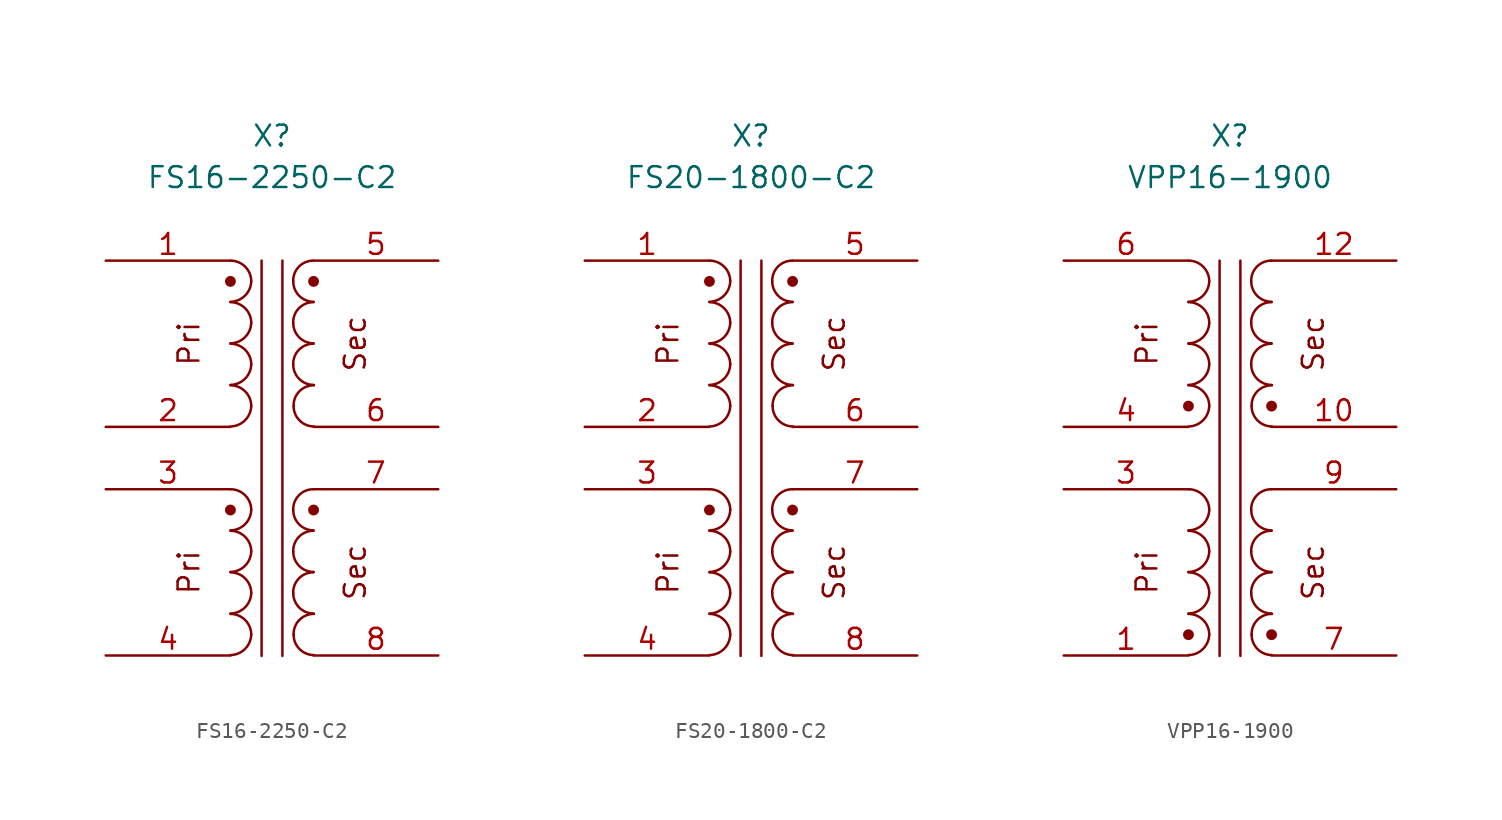
<source format=kicad_sym>
(kicad_symbol_lib
  (version 20220914)
  (generator kicad_symbol_editor)
  (symbol "FS16-2250-C2"
    (property "Reference" "X"
      (at 0 3.81 0)
      (effects (font (size 1.27 1.27))))
    (property "Value" "FS16-2250-C2"
      (at 0 1.27 0)
      (effects (font (size 1.27 1.27))))
    (symbol "FS16-2250-C2_0_0"
      (text "Pri" (at -5.08 -22.86 900) (effects (font (size 1.27 1.27))))
      (text "Pri" (at -5.08 -8.89 900) (effects (font (size 1.27 1.27))))
      (text "Sec" (at 5.08 -22.86 900) (effects (font (size 1.27 1.27))))
      (text "Sec" (at 5.08 -8.89 900) (effects (font (size 1.27 1.27)))))
    (symbol "FS16-2250-C2_0_1"
      (arc (start -2.54 -27.9146) (mid -1.6561 -27.5463) (end -1.27 -26.67) (stroke (width 0) (type default)) (fill (type none)))
      (arc (start -2.54 -25.3746) (mid -1.6561 -25.0063) (end -1.27 -24.13) (stroke (width 0) (type default)) (fill (type none)))
      (arc (start -2.54 -22.8346) (mid -1.6561 -22.4663) (end -1.27 -21.59) (stroke (width 0) (type default)) (fill (type none)))
      (arc (start -2.54 -20.2946) (mid -1.6561 -19.9263) (end -1.27 -19.05) (stroke (width 0) (type default)) (fill (type none)))
      (circle (center -2.54 -19.05) (radius 0.254) (stroke (width 0) (type default)) (fill (type outline)))
      (arc (start -2.54 -13.9446) (mid -1.6561 -13.5763) (end -1.27 -12.7) (stroke (width 0) (type default)) (fill (type none)))
      (arc (start -2.54 -11.4046) (mid -1.6561 -11.0363) (end -1.27 -10.16) (stroke (width 0) (type default)) (fill (type none)))
      (arc (start -2.54 -8.8646) (mid -1.6561 -8.4963) (end -1.27 -7.62) (stroke (width 0) (type default)) (fill (type none)))
      (arc (start -2.54 -6.3246) (mid -1.6561 -5.9563) (end -1.27 -5.08) (stroke (width 0) (type default)) (fill (type none)))
      (circle (center -2.54 -5.08) (radius 0.254) (stroke (width 0) (type default)) (fill (type outline)))
      (arc (start -1.27 -26.67) (mid -1.642 -25.772) (end -2.54 -25.4) (stroke (width 0) (type default)) (fill (type none)))
      (arc (start -1.27 -24.13) (mid -1.642 -23.232) (end -2.54 -22.86) (stroke (width 0) (type default)) (fill (type none)))
      (arc (start -1.27 -21.59) (mid -1.642 -20.692) (end -2.54 -20.32) (stroke (width 0) (type default)) (fill (type none)))
      (arc (start -1.27 -19.05) (mid -1.642 -18.152) (end -2.54 -17.78) (stroke (width 0) (type default)) (fill (type none)))
      (arc (start -1.27 -12.7) (mid -1.642 -11.802) (end -2.54 -11.43) (stroke (width 0) (type default)) (fill (type none)))
      (arc (start -1.27 -10.16) (mid -1.642 -9.262) (end -2.54 -8.89) (stroke (width 0) (type default)) (fill (type none)))
      (arc (start -1.27 -7.62) (mid -1.642 -6.722) (end -2.54 -6.35) (stroke (width 0) (type default)) (fill (type none)))
      (arc (start -1.27 -5.08) (mid -1.642 -4.182) (end -2.54 -3.81) (stroke (width 0) (type default)) (fill (type none)))
      (polyline (pts (xy -0.635 -3.81) (xy -0.635 -27.965)) (stroke (width 0) (type default)) (fill (type none)))
      (polyline (pts (xy 0.635 -27.965) (xy 0.635 -3.81)) (stroke (width 0) (type default)) (fill (type none)))
      (arc (start 1.2954 -24.13) (mid 1.6599 -25.0101) (end 2.54 -25.3746) (stroke (width 0) (type default)) (fill (type none)))
      (arc (start 1.2954 -21.59) (mid 1.6599 -22.4701) (end 2.54 -22.8346) (stroke (width 0) (type default)) (fill (type none)))
      (arc (start 1.2954 -19.05) (mid 1.6599 -19.9301) (end 2.54 -20.2946) (stroke (width 0) (type default)) (fill (type none)))
      (arc (start 1.2954 -10.16) (mid 1.6599 -11.0401) (end 2.54 -11.4046) (stroke (width 0) (type default)) (fill (type none)))
      (arc (start 1.2954 -7.62) (mid 1.6599 -8.5001) (end 2.54 -8.8646) (stroke (width 0) (type default)) (fill (type none)))
      (arc (start 1.2954 -5.08) (mid 1.6599 -5.9601) (end 2.54 -6.3246) (stroke (width 0) (type default)) (fill (type none)))
      (arc (start 1.3208 -26.67) (mid 1.6855 -27.5499) (end 2.5654 -27.9146) (stroke (width 0) (type default)) (fill (type none)))
      (arc (start 1.3208 -12.7) (mid 1.6854 -13.5799) (end 2.5654 -13.9446) (stroke (width 0) (type default)) (fill (type none)))
      (arc (start 2.54 -22.86) (mid 1.6458 -23.2285) (end 1.2954 -24.13) (stroke (width 0) (type default)) (fill (type none)))
      (arc (start 2.54 -20.32) (mid 1.6458 -20.6885) (end 1.2954 -21.59) (stroke (width 0) (type default)) (fill (type none)))
      (circle (center 2.54 -19.05) (radius 0.254) (stroke (width 0) (type default)) (fill (type outline)))
      (arc (start 2.54 -17.78) (mid 1.6458 -18.1485) (end 1.2954 -19.05) (stroke (width 0) (type default)) (fill (type none)))
      (arc (start 2.54 -8.89) (mid 1.6458 -9.2585) (end 1.2954 -10.16) (stroke (width 0) (type default)) (fill (type none)))
      (arc (start 2.54 -6.35) (mid 1.6458 -6.7185) (end 1.2954 -7.62) (stroke (width 0) (type default)) (fill (type none)))
      (circle (center 2.54 -5.08) (radius 0.254) (stroke (width 0) (type default)) (fill (type outline)))
      (arc (start 2.54 -3.81) (mid 1.6458 -4.1785) (end 1.2954 -5.08) (stroke (width 0) (type default)) (fill (type none)))
      (arc (start 2.5654 -25.4) (mid 1.6709 -25.7683) (end 1.3208 -26.67) (stroke (width 0) (type default)) (fill (type none)))
      (arc (start 2.5654 -11.43) (mid 1.6709 -11.7983) (end 1.3208 -12.7) (stroke (width 0) (type default)) (fill (type none))))
    (symbol "FS16-2250-C2_1_1"
      (pin passive line (at -10.16 -3.81 0) (length 7.62) (name "" (effects (font (size 1.27 1.27)))) (number "1" (effects (font (size 1.27 1.27)))))
      (pin passive line (at -10.16 -13.97 0) (length 7.62) (name "" (effects (font (size 1.27 1.27)))) (number "2" (effects (font (size 1.27 1.27)))))
      (pin passive line (at -10.16 -17.78 0) (length 7.62) (name "" (effects (font (size 1.27 1.27)))) (number "3" (effects (font (size 1.27 1.27)))))
      (pin passive line (at -10.16 -27.94 0) (length 7.62) (name "" (effects (font (size 1.27 1.27)))) (number "4" (effects (font (size 1.27 1.27)))))
      (pin passive line (at 10.16 -3.81 180) (length 7.62) (name "" (effects (font (size 1.27 1.27)))) (number "5" (effects (font (size 1.27 1.27)))))
      (pin passive line (at 10.16 -13.97 180) (length 7.62) (name "" (effects (font (size 1.27 1.27)))) (number "6" (effects (font (size 1.27 1.27)))))
      (pin passive line (at 10.16 -17.78 180) (length 7.62) (name "" (effects (font (size 1.27 1.27)))) (number "7" (effects (font (size 1.27 1.27)))))
      (pin passive line (at 10.16 -27.94 180) (length 7.62) (name "" (effects (font (size 1.27 1.27)))) (number "8" (effects (font (size 1.27 1.27)))))))
  (symbol "FS20-1800-C2"
    (property "Reference" "X"
      (at 0 3.81 0)
      (effects (font (size 1.27 1.27))))
    (property "Value" "FS20-1800-C2"
      (at 0 1.27 0)
      (effects (font (size 1.27 1.27))))
    (symbol "FS20-1800-C2_0_0"
      (text "Pri" (at -5.08 -22.86 900) (effects (font (size 1.27 1.27))))
      (text "Pri" (at -5.08 -8.89 900) (effects (font (size 1.27 1.27))))
      (text "Sec" (at 5.08 -22.86 900) (effects (font (size 1.27 1.27))))
      (text "Sec" (at 5.08 -8.89 900) (effects (font (size 1.27 1.27)))))
    (symbol "FS20-1800-C2_0_1"
      (arc (start -2.54 -27.9146) (mid -1.6561 -27.5463) (end -1.27 -26.67) (stroke (width 0) (type default)) (fill (type none)))
      (arc (start -2.54 -25.3746) (mid -1.6561 -25.0063) (end -1.27 -24.13) (stroke (width 0) (type default)) (fill (type none)))
      (arc (start -2.54 -22.8346) (mid -1.6561 -22.4663) (end -1.27 -21.59) (stroke (width 0) (type default)) (fill (type none)))
      (arc (start -2.54 -20.2946) (mid -1.6561 -19.9263) (end -1.27 -19.05) (stroke (width 0) (type default)) (fill (type none)))
      (circle (center -2.54 -19.05) (radius 0.254) (stroke (width 0) (type default)) (fill (type outline)))
      (arc (start -2.54 -13.9446) (mid -1.6561 -13.5763) (end -1.27 -12.7) (stroke (width 0) (type default)) (fill (type none)))
      (arc (start -2.54 -11.4046) (mid -1.6561 -11.0363) (end -1.27 -10.16) (stroke (width 0) (type default)) (fill (type none)))
      (arc (start -2.54 -8.8646) (mid -1.6561 -8.4963) (end -1.27 -7.62) (stroke (width 0) (type default)) (fill (type none)))
      (arc (start -2.54 -6.3246) (mid -1.6561 -5.9563) (end -1.27 -5.08) (stroke (width 0) (type default)) (fill (type none)))
      (circle (center -2.54 -5.08) (radius 0.254) (stroke (width 0) (type default)) (fill (type outline)))
      (arc (start -1.27 -26.67) (mid -1.642 -25.772) (end -2.54 -25.4) (stroke (width 0) (type default)) (fill (type none)))
      (arc (start -1.27 -24.13) (mid -1.642 -23.232) (end -2.54 -22.86) (stroke (width 0) (type default)) (fill (type none)))
      (arc (start -1.27 -21.59) (mid -1.642 -20.692) (end -2.54 -20.32) (stroke (width 0) (type default)) (fill (type none)))
      (arc (start -1.27 -19.05) (mid -1.642 -18.152) (end -2.54 -17.78) (stroke (width 0) (type default)) (fill (type none)))
      (arc (start -1.27 -12.7) (mid -1.642 -11.802) (end -2.54 -11.43) (stroke (width 0) (type default)) (fill (type none)))
      (arc (start -1.27 -10.16) (mid -1.642 -9.262) (end -2.54 -8.89) (stroke (width 0) (type default)) (fill (type none)))
      (arc (start -1.27 -7.62) (mid -1.642 -6.722) (end -2.54 -6.35) (stroke (width 0) (type default)) (fill (type none)))
      (arc (start -1.27 -5.08) (mid -1.642 -4.182) (end -2.54 -3.81) (stroke (width 0) (type default)) (fill (type none)))
      (polyline (pts (xy -0.635 -3.81) (xy -0.635 -27.965)) (stroke (width 0) (type default)) (fill (type none)))
      (polyline (pts (xy 0.635 -27.965) (xy 0.635 -3.81)) (stroke (width 0) (type default)) (fill (type none)))
      (arc (start 1.2954 -24.13) (mid 1.6599 -25.0101) (end 2.54 -25.3746) (stroke (width 0) (type default)) (fill (type none)))
      (arc (start 1.2954 -21.59) (mid 1.6599 -22.4701) (end 2.54 -22.8346) (stroke (width 0) (type default)) (fill (type none)))
      (arc (start 1.2954 -19.05) (mid 1.6599 -19.9301) (end 2.54 -20.2946) (stroke (width 0) (type default)) (fill (type none)))
      (arc (start 1.2954 -10.16) (mid 1.6599 -11.0401) (end 2.54 -11.4046) (stroke (width 0) (type default)) (fill (type none)))
      (arc (start 1.2954 -7.62) (mid 1.6599 -8.5001) (end 2.54 -8.8646) (stroke (width 0) (type default)) (fill (type none)))
      (arc (start 1.2954 -5.08) (mid 1.6599 -5.9601) (end 2.54 -6.3246) (stroke (width 0) (type default)) (fill (type none)))
      (arc (start 1.3208 -26.67) (mid 1.6855 -27.5499) (end 2.5654 -27.9146) (stroke (width 0) (type default)) (fill (type none)))
      (arc (start 1.3208 -12.7) (mid 1.6854 -13.5799) (end 2.5654 -13.9446) (stroke (width 0) (type default)) (fill (type none)))
      (arc (start 2.54 -22.86) (mid 1.6458 -23.2285) (end 1.2954 -24.13) (stroke (width 0) (type default)) (fill (type none)))
      (arc (start 2.54 -20.32) (mid 1.6458 -20.6885) (end 1.2954 -21.59) (stroke (width 0) (type default)) (fill (type none)))
      (circle (center 2.54 -19.05) (radius 0.254) (stroke (width 0) (type default)) (fill (type outline)))
      (arc (start 2.54 -17.78) (mid 1.6458 -18.1485) (end 1.2954 -19.05) (stroke (width 0) (type default)) (fill (type none)))
      (arc (start 2.54 -8.89) (mid 1.6458 -9.2585) (end 1.2954 -10.16) (stroke (width 0) (type default)) (fill (type none)))
      (arc (start 2.54 -6.35) (mid 1.6458 -6.7185) (end 1.2954 -7.62) (stroke (width 0) (type default)) (fill (type none)))
      (circle (center 2.54 -5.08) (radius 0.254) (stroke (width 0) (type default)) (fill (type outline)))
      (arc (start 2.54 -3.81) (mid 1.6458 -4.1785) (end 1.2954 -5.08) (stroke (width 0) (type default)) (fill (type none)))
      (arc (start 2.5654 -25.4) (mid 1.6709 -25.7683) (end 1.3208 -26.67) (stroke (width 0) (type default)) (fill (type none)))
      (arc (start 2.5654 -11.43) (mid 1.6709 -11.7983) (end 1.3208 -12.7) (stroke (width 0) (type default)) (fill (type none))))
    (symbol "FS20-1800-C2_1_1"
      (pin passive line (at -10.16 -3.81 0) (length 7.62) (name "" (effects (font (size 1.27 1.27)))) (number "1" (effects (font (size 1.27 1.27)))))
      (pin passive line (at -10.16 -13.97 0) (length 7.62) (name "" (effects (font (size 1.27 1.27)))) (number "2" (effects (font (size 1.27 1.27)))))
      (pin passive line (at -10.16 -17.78 0) (length 7.62) (name "" (effects (font (size 1.27 1.27)))) (number "3" (effects (font (size 1.27 1.27)))))
      (pin passive line (at -10.16 -27.94 0) (length 7.62) (name "" (effects (font (size 1.27 1.27)))) (number "4" (effects (font (size 1.27 1.27)))))
      (pin passive line (at 10.16 -3.81 180) (length 7.62) (name "" (effects (font (size 1.27 1.27)))) (number "5" (effects (font (size 1.27 1.27)))))
      (pin passive line (at 10.16 -13.97 180) (length 7.62) (name "" (effects (font (size 1.27 1.27)))) (number "6" (effects (font (size 1.27 1.27)))))
      (pin passive line (at 10.16 -17.78 180) (length 7.62) (name "" (effects (font (size 1.27 1.27)))) (number "7" (effects (font (size 1.27 1.27)))))
      (pin passive line (at 10.16 -27.94 180) (length 7.62) (name "" (effects (font (size 1.27 1.27)))) (number "8" (effects (font (size 1.27 1.27)))))))
  (symbol "VPP16-1900"
    (property "Reference" "X"
      (at 0 3.81 0)
      (effects (font (size 1.27 1.27))))
    (property "Value" "VPP16-1900"
      (at 0 1.27 0)
      (effects (font (size 1.27 1.27))))
    (symbol "VPP16-1900_0_0"
      (text "Pri" (at -5.08 -22.86 900) (effects (font (size 1.27 1.27))))
      (text "Pri" (at -5.08 -8.89 900) (effects (font (size 1.27 1.27))))
      (text "Sec" (at 5.08 -22.86 900) (effects (font (size 1.27 1.27))))
      (text "Sec" (at 5.08 -8.89 900) (effects (font (size 1.27 1.27)))))
    (symbol "VPP16-1900_0_1"
      (arc (start -2.54 -27.9146) (mid -1.6561 -27.5463) (end -1.27 -26.67) (stroke (width 0) (type default)) (fill (type none)))
      (circle (center -2.54 -26.67) (radius 0.254) (stroke (width 0) (type default)) (fill (type outline)))
      (arc (start -2.54 -25.3746) (mid -1.6561 -25.0063) (end -1.27 -24.13) (stroke (width 0) (type default)) (fill (type none)))
      (arc (start -2.54 -22.8346) (mid -1.6561 -22.4663) (end -1.27 -21.59) (stroke (width 0) (type default)) (fill (type none)))
      (arc (start -2.54 -20.2946) (mid -1.6561 -19.9263) (end -1.27 -19.05) (stroke (width 0) (type default)) (fill (type none)))
      (arc (start -2.54 -13.9446) (mid -1.6561 -13.5763) (end -1.27 -12.7) (stroke (width 0) (type default)) (fill (type none)))
      (circle (center -2.54 -12.7) (radius 0.254) (stroke (width 0) (type default)) (fill (type outline)))
      (arc (start -2.54 -11.4046) (mid -1.6561 -11.0363) (end -1.27 -10.16) (stroke (width 0) (type default)) (fill (type none)))
      (arc (start -2.54 -8.8646) (mid -1.6561 -8.4963) (end -1.27 -7.62) (stroke (width 0) (type default)) (fill (type none)))
      (arc (start -2.54 -6.3246) (mid -1.6561 -5.9563) (end -1.27 -5.08) (stroke (width 0) (type default)) (fill (type none)))
      (arc (start -1.27 -26.67) (mid -1.642 -25.772) (end -2.54 -25.4) (stroke (width 0) (type default)) (fill (type none)))
      (arc (start -1.27 -24.13) (mid -1.642 -23.232) (end -2.54 -22.86) (stroke (width 0) (type default)) (fill (type none)))
      (arc (start -1.27 -21.59) (mid -1.642 -20.692) (end -2.54 -20.32) (stroke (width 0) (type default)) (fill (type none)))
      (arc (start -1.27 -19.05) (mid -1.642 -18.152) (end -2.54 -17.78) (stroke (width 0) (type default)) (fill (type none)))
      (arc (start -1.27 -12.7) (mid -1.642 -11.802) (end -2.54 -11.43) (stroke (width 0) (type default)) (fill (type none)))
      (arc (start -1.27 -10.16) (mid -1.642 -9.262) (end -2.54 -8.89) (stroke (width 0) (type default)) (fill (type none)))
      (arc (start -1.27 -7.62) (mid -1.642 -6.722) (end -2.54 -6.35) (stroke (width 0) (type default)) (fill (type none)))
      (arc (start -1.27 -5.08) (mid -1.642 -4.182) (end -2.54 -3.81) (stroke (width 0) (type default)) (fill (type none)))
      (polyline (pts (xy -0.635 -3.81) (xy -0.635 -27.965)) (stroke (width 0) (type default)) (fill (type none)))
      (polyline (pts (xy 0.635 -27.965) (xy 0.635 -3.81)) (stroke (width 0) (type default)) (fill (type none)))
      (arc (start 1.2954 -24.13) (mid 1.6599 -25.0101) (end 2.54 -25.3746) (stroke (width 0) (type default)) (fill (type none)))
      (arc (start 1.2954 -21.59) (mid 1.6599 -22.4701) (end 2.54 -22.8346) (stroke (width 0) (type default)) (fill (type none)))
      (arc (start 1.2954 -19.05) (mid 1.6599 -19.9301) (end 2.54 -20.2946) (stroke (width 0) (type default)) (fill (type none)))
      (arc (start 1.2954 -10.16) (mid 1.6599 -11.0401) (end 2.54 -11.4046) (stroke (width 0) (type default)) (fill (type none)))
      (arc (start 1.2954 -7.62) (mid 1.6599 -8.5001) (end 2.54 -8.8646) (stroke (width 0) (type default)) (fill (type none)))
      (arc (start 1.2954 -5.08) (mid 1.6599 -5.9601) (end 2.54 -6.3246) (stroke (width 0) (type default)) (fill (type none)))
      (arc (start 1.3208 -26.67) (mid 1.6855 -27.5499) (end 2.5654 -27.9146) (stroke (width 0) (type default)) (fill (type none)))
      (arc (start 1.3208 -12.7) (mid 1.6854 -13.5799) (end 2.5654 -13.9446) (stroke (width 0) (type default)) (fill (type none)))
      (circle (center 2.54 -26.67) (radius 0.254) (stroke (width 0) (type default)) (fill (type outline)))
      (arc (start 2.54 -22.86) (mid 1.6458 -23.2285) (end 1.2954 -24.13) (stroke (width 0) (type default)) (fill (type none)))
      (arc (start 2.54 -20.32) (mid 1.6458 -20.6885) (end 1.2954 -21.59) (stroke (width 0) (type default)) (fill (type none)))
      (arc (start 2.54 -17.78) (mid 1.6458 -18.1485) (end 1.2954 -19.05) (stroke (width 0) (type default)) (fill (type none)))
      (circle (center 2.54 -12.7) (radius 0.254) (stroke (width 0) (type default)) (fill (type outline)))
      (arc (start 2.54 -8.89) (mid 1.6458 -9.2585) (end 1.2954 -10.16) (stroke (width 0) (type default)) (fill (type none)))
      (arc (start 2.54 -6.35) (mid 1.6458 -6.7185) (end 1.2954 -7.62) (stroke (width 0) (type default)) (fill (type none)))
      (arc (start 2.54 -3.81) (mid 1.6458 -4.1785) (end 1.2954 -5.08) (stroke (width 0) (type default)) (fill (type none)))
      (arc (start 2.5654 -25.4) (mid 1.6709 -25.7683) (end 1.3208 -26.67) (stroke (width 0) (type default)) (fill (type none)))
      (arc (start 2.5654 -11.43) (mid 1.6709 -11.7983) (end 1.3208 -12.7) (stroke (width 0) (type default)) (fill (type none))))
    (symbol "VPP16-1900_1_1"
      (pin passive line (at -10.16 -27.94 0) (length 7.62) (name "" (effects (font (size 1.27 1.27)))) (number "1" (effects (font (size 1.27 1.27)))))
      (pin passive line (at 10.16 -13.97 180) (length 7.62) (name "" (effects (font (size 1.27 1.27)))) (number "10" (effects (font (size 1.27 1.27)))))
      (pin passive line (at 10.16 -3.81 180) (length 7.62) (name "" (effects (font (size 1.27 1.27)))) (number "12" (effects (font (size 1.27 1.27)))))
      (pin passive line (at -10.16 -17.78 0) (length 7.62) (name "" (effects (font (size 1.27 1.27)))) (number "3" (effects (font (size 1.27 1.27)))))
      (pin passive line (at -10.16 -13.97 0) (length 7.62) (name "" (effects (font (size 1.27 1.27)))) (number "4" (effects (font (size 1.27 1.27)))))
      (pin passive line (at -10.16 -3.81 0) (length 7.62) (name "" (effects (font (size 1.27 1.27)))) (number "6" (effects (font (size 1.27 1.27)))))
      (pin passive line (at 10.16 -27.94 180) (length 7.62) (name "" (effects (font (size 1.27 1.27)))) (number "7" (effects (font (size 1.27 1.27)))))
      (pin passive line (at 10.16 -17.78 180) (length 7.62) (name "" (effects (font (size 1.27 1.27)))) (number "9" (effects (font (size 1.27 1.27))))))))
</source>
